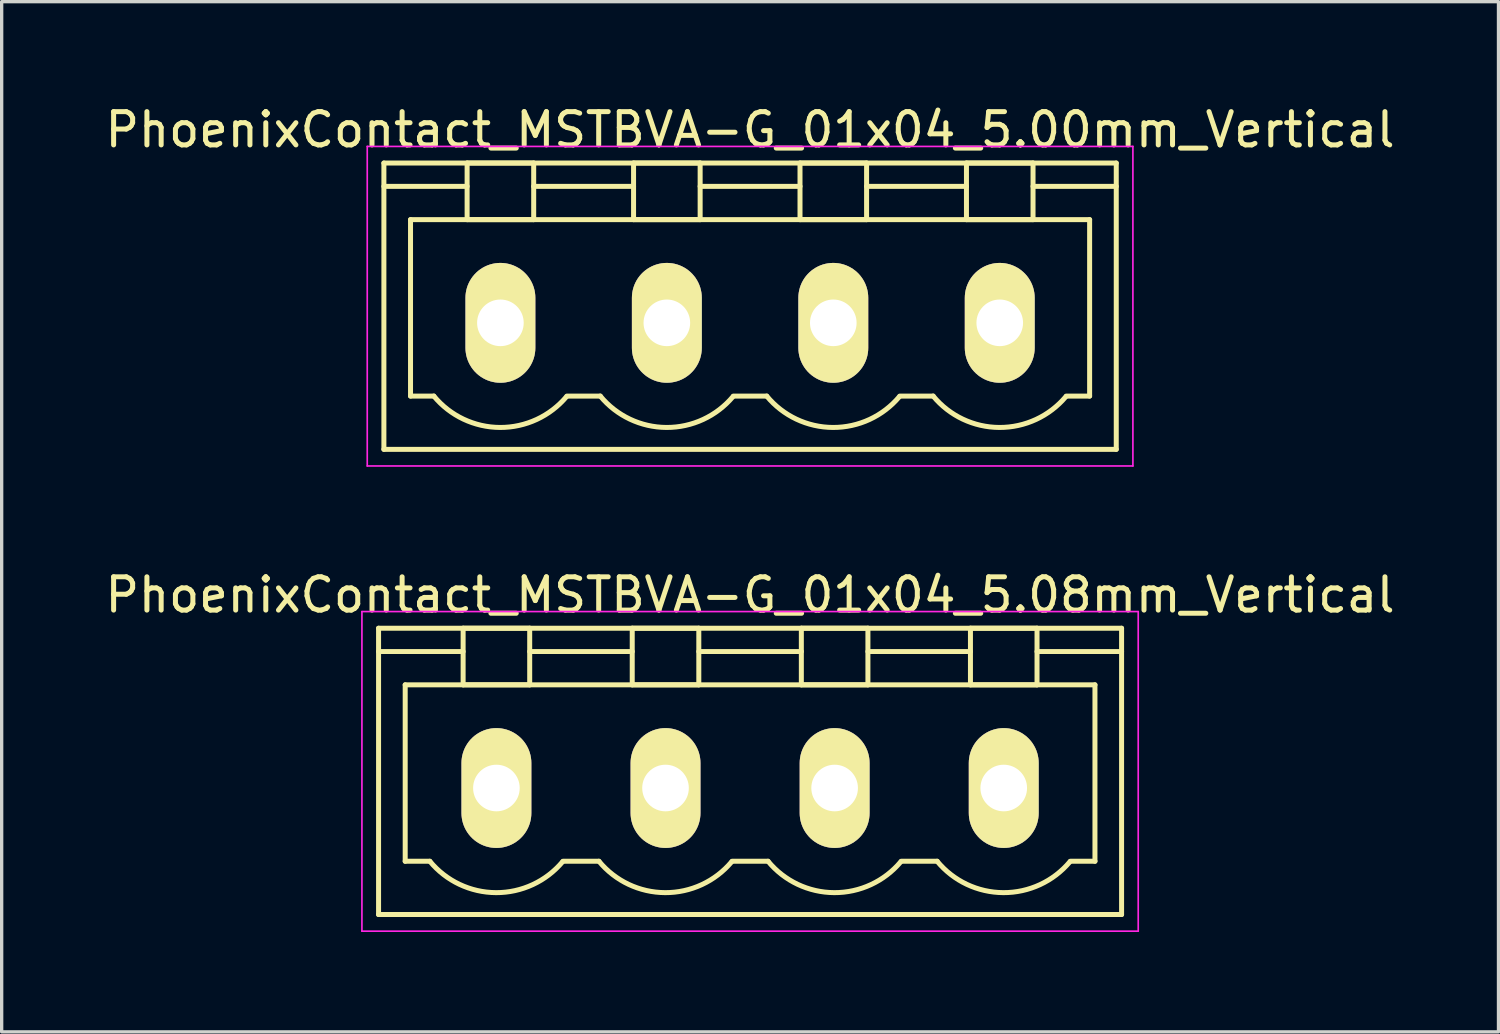
<source format=kicad_pcb>
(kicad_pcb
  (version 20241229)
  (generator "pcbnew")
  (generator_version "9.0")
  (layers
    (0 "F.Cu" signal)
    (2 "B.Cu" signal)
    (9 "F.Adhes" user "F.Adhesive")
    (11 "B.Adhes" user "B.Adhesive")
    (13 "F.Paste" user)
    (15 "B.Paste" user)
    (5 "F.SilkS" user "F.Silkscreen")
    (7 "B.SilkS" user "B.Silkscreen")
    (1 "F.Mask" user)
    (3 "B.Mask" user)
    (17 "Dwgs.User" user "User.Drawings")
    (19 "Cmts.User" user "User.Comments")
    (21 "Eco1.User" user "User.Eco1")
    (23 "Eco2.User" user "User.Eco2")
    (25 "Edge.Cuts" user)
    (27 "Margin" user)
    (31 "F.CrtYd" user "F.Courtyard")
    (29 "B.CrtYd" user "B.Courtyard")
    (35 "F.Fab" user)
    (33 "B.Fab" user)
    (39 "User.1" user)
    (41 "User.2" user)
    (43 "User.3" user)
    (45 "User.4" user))
  (footprint "PhoenixContact_MSTBVA-G_01x04_5.00mm_Vertical"
    (layer "F.Cu")
    (at 11.982 6.648)
    (property "Reference" "PhoenixContact_MSTBVA-G_01x04_5.00mm_Vertical" (at 7.5 -5.8 0) (layer "F.SilkS") (effects (font (size 1 1) (thickness 0.15))))
    (attr through_hole)
    (fp_line (start -3.5 -4.8) (end -3.5 3.8) (stroke (width 0.15) (type solid)) (layer "F.SilkS"))
    (fp_line (start -3.5 -4.1) (end -1 -4.1) (stroke (width 0.15) (type solid)) (layer "F.SilkS"))
    (fp_line (start -3.5 3.8) (end 18.5 3.8) (stroke (width 0.15) (type solid)) (layer "F.SilkS"))
    (fp_line (start -2.7 -3.1) (end 17.7 -3.1) (stroke (width 0.15) (type solid)) (layer "F.SilkS"))
    (fp_line (start -2.7 2.2) (end -2.7 -3.1) (stroke (width 0.15) (type solid)) (layer "F.SilkS"))
    (fp_line (start -2 2.2) (end -2.7 2.2) (stroke (width 0.15) (type solid)) (layer "F.SilkS"))
    (fp_line (start -1 -4.8) (end 1 -4.8) (stroke (width 0.15) (type solid)) (layer "F.SilkS"))
    (fp_line (start -1 -3.1) (end -1 -4.8) (stroke (width 0.15) (type solid)) (layer "F.SilkS"))
    (fp_line (start 1 -4.8) (end 1 -3.1) (stroke (width 0.15) (type solid)) (layer "F.SilkS"))
    (fp_line (start 1 -4.1) (end 4 -4.1) (stroke (width 0.15) (type solid)) (layer "F.SilkS"))
    (fp_line (start 1 -3.1) (end -1 -3.1) (stroke (width 0.15) (type solid)) (layer "F.SilkS"))
    (fp_line (start 2 2.2) (end 3 2.2) (stroke (width 0.15) (type solid)) (layer "F.SilkS"))
    (fp_line (start 4 -4.8) (end 6 -4.8) (stroke (width 0.15) (type solid)) (layer "F.SilkS"))
    (fp_line (start 4 -3.1) (end 4 -4.8) (stroke (width 0.15) (type solid)) (layer "F.SilkS"))
    (fp_line (start 6 -4.8) (end 6 -3.1) (stroke (width 0.15) (type solid)) (layer "F.SilkS"))
    (fp_line (start 6 -4.1) (end 9 -4.1) (stroke (width 0.15) (type solid)) (layer "F.SilkS"))
    (fp_line (start 6 -3.1) (end 4 -3.1) (stroke (width 0.15) (type solid)) (layer "F.SilkS"))
    (fp_line (start 7 2.2) (end 8 2.2) (stroke (width 0.15) (type solid)) (layer "F.SilkS"))
    (fp_line (start 9 -4.8) (end 11 -4.8) (stroke (width 0.15) (type solid)) (layer "F.SilkS"))
    (fp_line (start 9 -3.1) (end 9 -4.8) (stroke (width 0.15) (type solid)) (layer "F.SilkS"))
    (fp_line (start 11 -4.8) (end 11 -3.1) (stroke (width 0.15) (type solid)) (layer "F.SilkS"))
    (fp_line (start 11 -4.1) (end 14 -4.1) (stroke (width 0.15) (type solid)) (layer "F.SilkS"))
    (fp_line (start 11 -3.1) (end 9 -3.1) (stroke (width 0.15) (type solid)) (layer "F.SilkS"))
    (fp_line (start 12 2.2) (end 13 2.2) (stroke (width 0.15) (type solid)) (layer "F.SilkS"))
    (fp_line (start 14 -4.8) (end 16 -4.8) (stroke (width 0.15) (type solid)) (layer "F.SilkS"))
    (fp_line (start 14 -3.1) (end 14 -4.8) (stroke (width 0.15) (type solid)) (layer "F.SilkS"))
    (fp_line (start 16 -4.8) (end 16 -3.1) (stroke (width 0.15) (type solid)) (layer "F.SilkS"))
    (fp_line (start 16 -3.1) (end 14 -3.1) (stroke (width 0.15) (type solid)) (layer "F.SilkS"))
    (fp_line (start 17.7 -3.1) (end 17.7 2.2) (stroke (width 0.15) (type solid)) (layer "F.SilkS"))
    (fp_line (start 17.7 2.2) (end 17 2.2) (stroke (width 0.15) (type solid)) (layer "F.SilkS"))
    (fp_line (start 18.5 -4.8) (end -3.5 -4.8) (stroke (width 0.15) (type solid)) (layer "F.SilkS"))
    (fp_line (start 18.5 -4.1) (end 16 -4.1) (stroke (width 0.15) (type solid)) (layer "F.SilkS"))
    (fp_line (start 18.5 3.8) (end 18.5 -4.8) (stroke (width 0.15) (type solid)) (layer "F.SilkS"))
    (fp_arc (start 1.986842 2.215821) (mid -0.010289 3.142758) (end -2 2.2) (stroke (width 0.15) (type solid)) (layer "F.SilkS"))
    (fp_arc (start 6.986842 2.215821) (mid 4.989711 3.142758) (end 3 2.2) (stroke (width 0.15) (type solid)) (layer "F.SilkS"))
    (fp_arc (start 11.986842 2.215821) (mid 9.989711 3.142758) (end 8 2.2) (stroke (width 0.15) (type solid)) (layer "F.SilkS"))
    (fp_arc (start 16.986842 2.215821) (mid 14.989711 3.142758) (end 13 2.2) (stroke (width 0.15) (type solid)) (layer "F.SilkS"))
    (fp_line (start -4 -5.3) (end -4 4.3) (stroke (width 0.05) (type solid)) (layer "F.CrtYd"))
    (fp_line (start -4 4.3) (end 19 4.3) (stroke (width 0.05) (type solid)) (layer "F.CrtYd"))
    (fp_line (start 19 -5.3) (end -4 -5.3) (stroke (width 0.05) (type solid)) (layer "F.CrtYd"))
    (fp_line (start 19 4.3) (end 19 -5.3) (stroke (width 0.05) (type solid)) (layer "F.CrtYd"))
    (pad "1" thru_hole oval (at 0 0) (size 2.1 3.6) (drill 1.4) (layers "*.Cu" "*.Mask" "F.SilkS"))
    (pad "2" thru_hole oval (at 5 0) (size 2.1 3.6) (drill 1.4) (layers "*.Cu" "*.Mask" "F.SilkS"))
    (pad "3" thru_hole oval (at 10 0) (size 2.1 3.6) (drill 1.4) (layers "*.Cu" "*.Mask" "F.SilkS"))
    (pad "4" thru_hole oval (at 15 0) (size 2.1 3.6) (drill 1.4) (layers "*.Cu" "*.Mask" "F.SilkS")))
  (footprint "PhoenixContact_MSTBVA-G_01x04_5.08mm_Vertical"
    (layer "F.Cu")
    (at 11.862 20.622)
    (property "Reference" "PhoenixContact_MSTBVA-G_01x04_5.08mm_Vertical" (at 7.62 -5.8 0) (layer "F.SilkS") (effects (font (size 1 1) (thickness 0.15))))
    (attr through_hole)
    (fp_line (start -3.54 -4.8) (end -3.54 3.8) (stroke (width 0.15) (type solid)) (layer "F.SilkS"))
    (fp_line (start -3.54 -4.1) (end -1 -4.1) (stroke (width 0.15) (type solid)) (layer "F.SilkS"))
    (fp_line (start -3.54 3.8) (end 18.78 3.8) (stroke (width 0.15) (type solid)) (layer "F.SilkS"))
    (fp_line (start -2.74 -3.1) (end 17.98 -3.1) (stroke (width 0.15) (type solid)) (layer "F.SilkS"))
    (fp_line (start -2.74 2.2) (end -2.74 -3.1) (stroke (width 0.15) (type solid)) (layer "F.SilkS"))
    (fp_line (start -2 2.2) (end -2.74 2.2) (stroke (width 0.15) (type solid)) (layer "F.SilkS"))
    (fp_line (start -1 -4.8) (end 1 -4.8) (stroke (width 0.15) (type solid)) (layer "F.SilkS"))
    (fp_line (start -1 -3.1) (end -1 -4.8) (stroke (width 0.15) (type solid)) (layer "F.SilkS"))
    (fp_line (start 1 -4.8) (end 1 -3.1) (stroke (width 0.15) (type solid)) (layer "F.SilkS"))
    (fp_line (start 1 -4.1) (end 4.08 -4.1) (stroke (width 0.15) (type solid)) (layer "F.SilkS"))
    (fp_line (start 1 -3.1) (end -1 -3.1) (stroke (width 0.15) (type solid)) (layer "F.SilkS"))
    (fp_line (start 2 2.2) (end 3.08 2.2) (stroke (width 0.15) (type solid)) (layer "F.SilkS"))
    (fp_line (start 4.08 -4.8) (end 6.08 -4.8) (stroke (width 0.15) (type solid)) (layer "F.SilkS"))
    (fp_line (start 4.08 -3.1) (end 4.08 -4.8) (stroke (width 0.15) (type solid)) (layer "F.SilkS"))
    (fp_line (start 6.08 -4.8) (end 6.08 -3.1) (stroke (width 0.15) (type solid)) (layer "F.SilkS"))
    (fp_line (start 6.08 -4.1) (end 9.16 -4.1) (stroke (width 0.15) (type solid)) (layer "F.SilkS"))
    (fp_line (start 6.08 -3.1) (end 4.08 -3.1) (stroke (width 0.15) (type solid)) (layer "F.SilkS"))
    (fp_line (start 7.08 2.2) (end 8.16 2.2) (stroke (width 0.15) (type solid)) (layer "F.SilkS"))
    (fp_line (start 9.16 -4.8) (end 11.16 -4.8) (stroke (width 0.15) (type solid)) (layer "F.SilkS"))
    (fp_line (start 9.16 -3.1) (end 9.16 -4.8) (stroke (width 0.15) (type solid)) (layer "F.SilkS"))
    (fp_line (start 11.16 -4.8) (end 11.16 -3.1) (stroke (width 0.15) (type solid)) (layer "F.SilkS"))
    (fp_line (start 11.16 -4.1) (end 14.24 -4.1) (stroke (width 0.15) (type solid)) (layer "F.SilkS"))
    (fp_line (start 11.16 -3.1) (end 9.16 -3.1) (stroke (width 0.15) (type solid)) (layer "F.SilkS"))
    (fp_line (start 12.16 2.2) (end 13.24 2.2) (stroke (width 0.15) (type solid)) (layer "F.SilkS"))
    (fp_line (start 14.24 -4.8) (end 16.24 -4.8) (stroke (width 0.15) (type solid)) (layer "F.SilkS"))
    (fp_line (start 14.24 -3.1) (end 14.24 -4.8) (stroke (width 0.15) (type solid)) (layer "F.SilkS"))
    (fp_line (start 16.24 -4.8) (end 16.24 -3.1) (stroke (width 0.15) (type solid)) (layer "F.SilkS"))
    (fp_line (start 16.24 -3.1) (end 14.24 -3.1) (stroke (width 0.15) (type solid)) (layer "F.SilkS"))
    (fp_line (start 17.98 -3.1) (end 17.98 2.2) (stroke (width 0.15) (type solid)) (layer "F.SilkS"))
    (fp_line (start 17.98 2.2) (end 17.24 2.2) (stroke (width 0.15) (type solid)) (layer "F.SilkS"))
    (fp_line (start 18.78 -4.8) (end -3.54 -4.8) (stroke (width 0.15) (type solid)) (layer "F.SilkS"))
    (fp_line (start 18.78 -4.1) (end 16.24 -4.1) (stroke (width 0.15) (type solid)) (layer "F.SilkS"))
    (fp_line (start 18.78 3.8) (end 18.78 -4.8) (stroke (width 0.15) (type solid)) (layer "F.SilkS"))
    (fp_arc (start 1.986842 2.215821) (mid -0.010289 3.142758) (end -2 2.2) (stroke (width 0.15) (type solid)) (layer "F.SilkS"))
    (fp_arc (start 7.066842 2.215821) (mid 5.069711 3.142758) (end 3.08 2.2) (stroke (width 0.15) (type solid)) (layer "F.SilkS"))
    (fp_arc (start 12.146842 2.215821) (mid 10.149711 3.142758) (end 8.16 2.2) (stroke (width 0.15) (type solid)) (layer "F.SilkS"))
    (fp_arc (start 17.226842 2.215821) (mid 15.229711 3.142758) (end 13.24 2.2) (stroke (width 0.15) (type solid)) (layer "F.SilkS"))
    (fp_line (start -4.04 -5.3) (end -4.04 4.3) (stroke (width 0.05) (type solid)) (layer "F.CrtYd"))
    (fp_line (start -4.04 4.3) (end 19.28 4.3) (stroke (width 0.05) (type solid)) (layer "F.CrtYd"))
    (fp_line (start 19.28 -5.3) (end -4.04 -5.3) (stroke (width 0.05) (type solid)) (layer "F.CrtYd"))
    (fp_line (start 19.28 4.3) (end 19.28 -5.3) (stroke (width 0.05) (type solid)) (layer "F.CrtYd"))
    (pad "1" thru_hole oval (at 0 0) (size 2.1 3.6) (drill 1.4) (layers "*.Cu" "*.Mask" "F.SilkS"))
    (pad "2" thru_hole oval (at 5.08 0) (size 2.1 3.6) (drill 1.4) (layers "*.Cu" "*.Mask" "F.SilkS"))
    (pad "3" thru_hole oval (at 10.16 0) (size 2.1 3.6) (drill 1.4) (layers "*.Cu" "*.Mask" "F.SilkS"))
    (pad "4" thru_hole oval (at 15.24 0) (size 2.1 3.6) (drill 1.4) (layers "*.Cu" "*.Mask" "F.SilkS")))
  (gr_rect
    (start -3 -3)
    (end 41.964 27.947)
    (stroke (width 0.1) (type default))
    (fill no)
    (layer "Edge.Cuts")))
</source>
